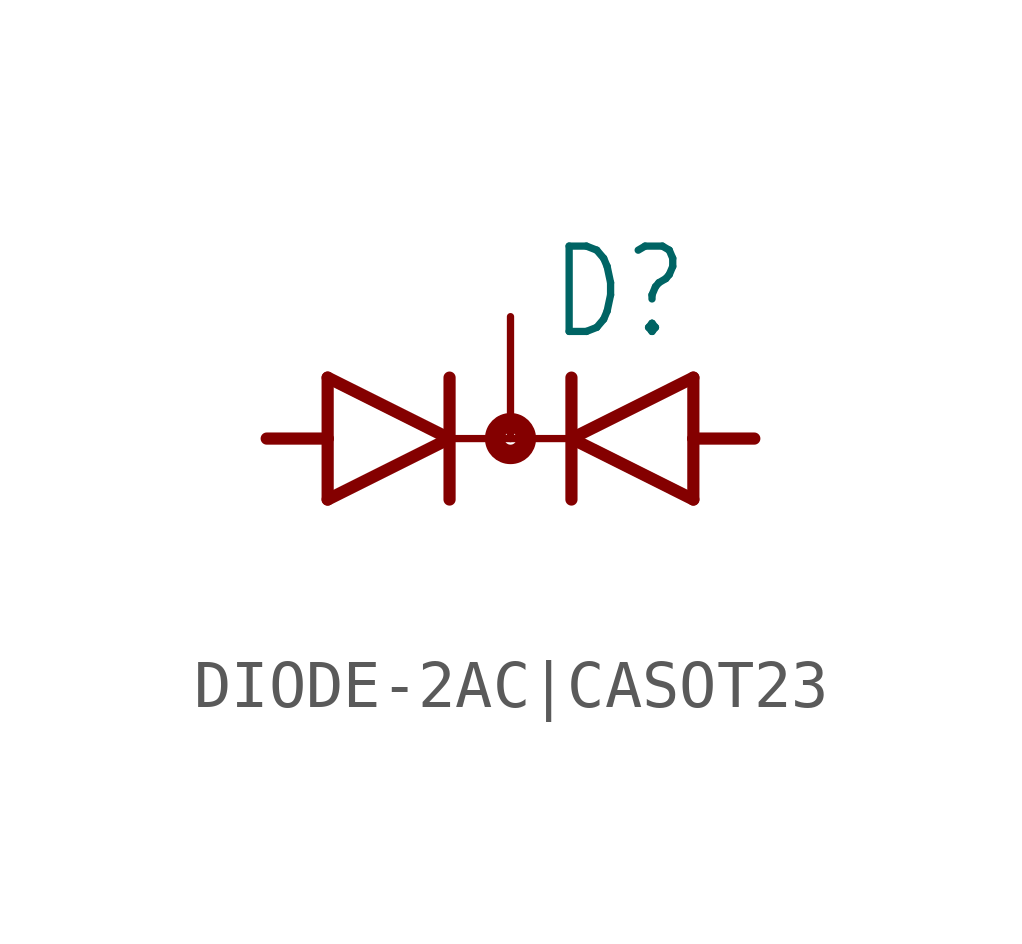
<source format=kicad_sym>
(kicad_symbol_lib
  (version 20231120)
  (generator "kicad_symbol_editor")
  (generator_version "8.0")
  (symbol "DIODE-2AC|CASOT23"
    (property "Reference" "D"
      (at 0.762 2.007 0)
      (effects (font (size 1.778 1.511)) (justify left bottom)))
    (property "Value" ""
      (at -4.826 -3.454 0)
      (effects (font (size 1.778 1.511)) (justify left bottom)))
    (property "ki_locked" ""
      (at 0 0 0)
      (effects (font (size 1.27 1.27))))
    (symbol "DIODE-2AC|CASOT23_1_0"
      (polyline (pts (xy -3.81 -1.27) (xy -1.27 0)) (stroke (width 0.254) (type solid)) (fill (type none)))
      (polyline (pts (xy -3.81 0) (xy -5.08 0)) (stroke (width 0.254) (type solid)) (fill (type none)))
      (polyline (pts (xy -3.81 0) (xy -3.81 -1.27)) (stroke (width 0.254) (type solid)) (fill (type none)))
      (polyline (pts (xy -3.81 1.27) (xy -3.81 0)) (stroke (width 0.254) (type solid)) (fill (type none)))
      (polyline (pts (xy -1.27 0) (xy -3.81 1.27)) (stroke (width 0.254) (type solid)) (fill (type none)))
      (polyline (pts (xy -1.27 0) (xy -1.27 -1.27)) (stroke (width 0.254) (type solid)) (fill (type none)))
      (polyline (pts (xy -1.27 0) (xy 1.27 0)) (stroke (width 0.152) (type solid)) (fill (type none)))
      (polyline (pts (xy -1.27 1.27) (xy -1.27 0)) (stroke (width 0.254) (type solid)) (fill (type none)))
      (polyline (pts (xy 1.27 -1.27) (xy 1.27 0)) (stroke (width 0.254) (type solid)) (fill (type none)))
      (polyline (pts (xy 1.27 0) (xy 1.27 1.27)) (stroke (width 0.254) (type solid)) (fill (type none)))
      (polyline (pts (xy 1.27 0) (xy 3.81 -1.27)) (stroke (width 0.254) (type solid)) (fill (type none)))
      (polyline (pts (xy 3.81 -1.27) (xy 3.81 0)) (stroke (width 0.254) (type solid)) (fill (type none)))
      (polyline (pts (xy 3.81 0) (xy 3.81 1.27)) (stroke (width 0.254) (type solid)) (fill (type none)))
      (polyline (pts (xy 3.81 0) (xy 5.08 0)) (stroke (width 0.254) (type solid)) (fill (type none)))
      (polyline (pts (xy 3.81 1.27) (xy 1.27 0)) (stroke (width 0.254) (type solid)) (fill (type none)))
      (circle (center 0 0) (radius 0.127) (stroke (width 0.406) (type solid)) (fill (type none)))
      (pin passive line (at -5.08 0 0) (length 0) (name "A1" (effects (font (size 0 0)))) (number "1" (effects (font (size 0 0)))))
      (pin passive line (at 5.08 0 180) (length 0) (name "A2" (effects (font (size 0 0)))) (number "2" (effects (font (size 0 0)))))
      (pin passive line (at 0 2.54 270) (length 2.54) (name "C" (effects (font (size 0 0)))) (number "3" (effects (font (size 0 0))))))))
</source>
